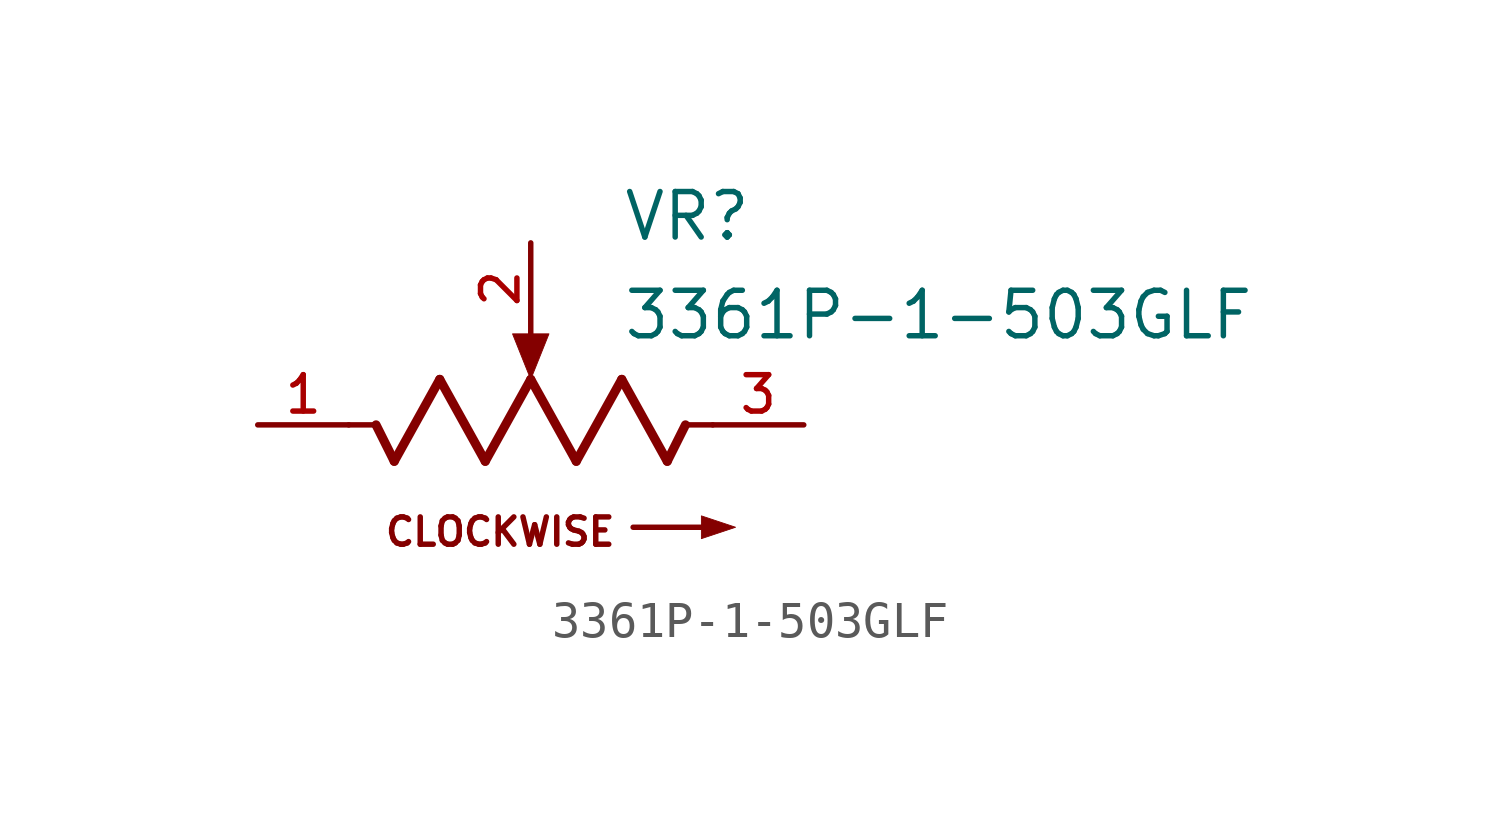
<source format=kicad_sym>
(kicad_symbol_lib
  (version 20220914)
  (generator kicad_symbol_editor)
  (symbol "3361P-1-503GLF"
    (pin_names
      (offset 1.016))
    (property "Reference" "VR"
      (at 2.54 5.08 0)
      (effects (font (size 1.27 1.27)) (justify left bottom)))
    (property "Value" "3361P-1-503GLF"
      (at 2.54 3.81 0)
      (effects (font (size 1.27 1.27)) (justify left top)))
    (symbol "3361P-1-503GLF_0_0"
      (polyline (pts (xy -4.318 0) (xy -5.08 0)) (stroke (width 0.152) (type default)) (fill (type none)))
      (polyline (pts (xy -3.81 -1.016) (xy -4.318 0)) (stroke (width 0.254) (type default)) (fill (type none)))
      (polyline (pts (xy -2.54 1.27) (xy -3.81 -1.016)) (stroke (width 0.254) (type default)) (fill (type none)))
      (polyline (pts (xy -1.27 -1.016) (xy -2.54 1.27)) (stroke (width 0.254) (type default)) (fill (type none)))
      (polyline (pts (xy 0 1.27) (xy -1.27 -1.016)) (stroke (width 0.254) (type default)) (fill (type none)))
      (polyline (pts (xy 1.27 -1.016) (xy 0 1.27)) (stroke (width 0.254) (type default)) (fill (type none)))
      (polyline (pts (xy 2.54 1.27) (xy 1.27 -1.016)) (stroke (width 0.254) (type default)) (fill (type none)))
      (polyline (pts (xy 2.857 -2.857) (xy 4.763 -2.857)) (stroke (width 0.152) (type default)) (fill (type none)))
      (polyline (pts (xy 3.81 -1.016) (xy 2.54 1.27)) (stroke (width 0.254) (type default)) (fill (type none)))
      (polyline (pts (xy 4.318 0) (xy 3.81 -1.016)) (stroke (width 0.254) (type default)) (fill (type none)))
      (polyline (pts (xy 5.08 0) (xy 4.318 0)) (stroke (width 0.152) (type default)) (fill (type none)))
      (polyline (pts (xy 0.508 2.54) (xy -0.508 2.54) (xy 0 1.27) (xy 0.508 2.54)) (stroke (width 0.025) (type default)) (fill (type outline)))
      (polyline (pts (xy 4.763 -2.54) (xy 4.763 -3.175) (xy 5.715 -2.857) (xy 4.763 -2.54)) (stroke (width 0.025) (type default)) (fill (type outline)))
      (text "CLOCKWISE" (at -4.128 -2.54 0) (effects (font (size 0.762 0.762)) (justify left top)))
      (pin passive line (at -7.62 0 0) (length 2.54) (name "~" (effects (font (size 1.016 1.016)))) (number "1" (effects (font (size 1.016 1.016)))))
      (pin passive line (at 0 5.08 270) (length 2.54) (name "~" (effects (font (size 1.016 1.016)))) (number "2" (effects (font (size 1.016 1.016)))))
      (pin passive line (at 7.62 0 180) (length 2.54) (name "~" (effects (font (size 1.016 1.016)))) (number "3" (effects (font (size 1.016 1.016))))))))
</source>
